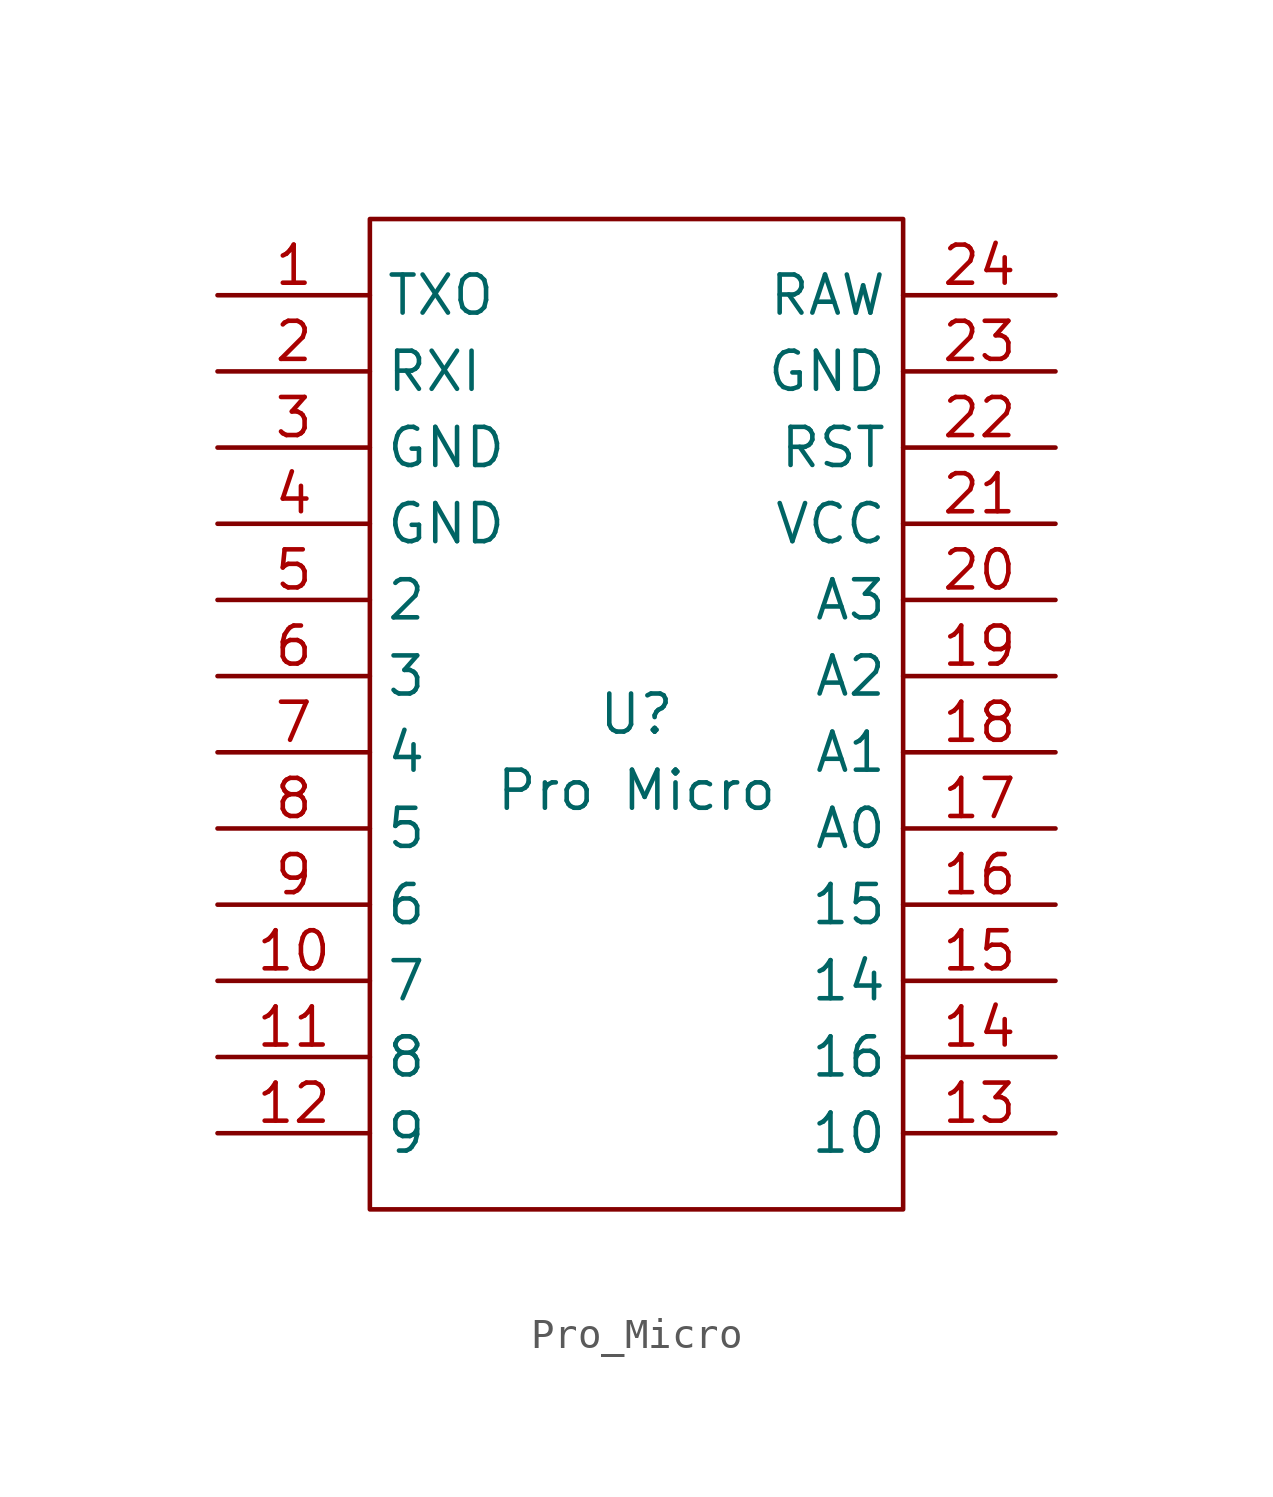
<source format=kicad_sym>
(kicad_symbol_lib
  (version 20220914)
  (generator kicad_symbol_editor)
  (symbol "Pro_Micro"
    (property "Reference" "U"
      (at 0 0 0)
      (effects (font (size 1.27 1.27))))
    (property "Value" "Pro Micro"
      (at 0 -2.54 0)
      (effects (font (size 1.27 1.27))))
    (symbol "Pro_Micro_0_1"
      (rectangle (start -8.89 16.51) (end 8.89 -16.51) (stroke (width 0) (type solid)) (fill (type none))))
    (symbol "Pro_Micro_1_1"
      (pin bidirectional line (at -13.97 13.97 0) (length 5.08) (name "TXO" (effects (font (size 1.27 1.27)))) (number "1" (effects (font (size 1.27 1.27)))))
      (pin bidirectional line (at -13.97 -8.89 0) (length 5.08) (name "7" (effects (font (size 1.27 1.27)))) (number "10" (effects (font (size 1.27 1.27)))))
      (pin bidirectional line (at -13.97 -11.43 0) (length 5.08) (name "8" (effects (font (size 1.27 1.27)))) (number "11" (effects (font (size 1.27 1.27)))))
      (pin bidirectional line (at -13.97 -13.97 0) (length 5.08) (name "9" (effects (font (size 1.27 1.27)))) (number "12" (effects (font (size 1.27 1.27)))))
      (pin bidirectional line (at 13.97 -13.97 180) (length 5.08) (name "10" (effects (font (size 1.27 1.27)))) (number "13" (effects (font (size 1.27 1.27)))))
      (pin bidirectional line (at 13.97 -11.43 180) (length 5.08) (name "16" (effects (font (size 1.27 1.27)))) (number "14" (effects (font (size 1.27 1.27)))))
      (pin bidirectional line (at 13.97 -8.89 180) (length 5.08) (name "14" (effects (font (size 1.27 1.27)))) (number "15" (effects (font (size 1.27 1.27)))))
      (pin bidirectional line (at 13.97 -6.35 180) (length 5.08) (name "15" (effects (font (size 1.27 1.27)))) (number "16" (effects (font (size 1.27 1.27)))))
      (pin bidirectional line (at 13.97 -3.81 180) (length 5.08) (name "A0" (effects (font (size 1.27 1.27)))) (number "17" (effects (font (size 1.27 1.27)))))
      (pin bidirectional line (at 13.97 -1.27 180) (length 5.08) (name "A1" (effects (font (size 1.27 1.27)))) (number "18" (effects (font (size 1.27 1.27)))))
      (pin bidirectional line (at 13.97 1.27 180) (length 5.08) (name "A2" (effects (font (size 1.27 1.27)))) (number "19" (effects (font (size 1.27 1.27)))))
      (pin bidirectional line (at -13.97 11.43 0) (length 5.08) (name "RXI" (effects (font (size 1.27 1.27)))) (number "2" (effects (font (size 1.27 1.27)))))
      (pin bidirectional line (at 13.97 3.81 180) (length 5.08) (name "A3" (effects (font (size 1.27 1.27)))) (number "20" (effects (font (size 1.27 1.27)))))
      (pin power_in line (at 13.97 6.35 180) (length 5.08) (name "VCC" (effects (font (size 1.27 1.27)))) (number "21" (effects (font (size 1.27 1.27)))))
      (pin input line (at 13.97 8.89 180) (length 5.08) (name "RST" (effects (font (size 1.27 1.27)))) (number "22" (effects (font (size 1.27 1.27)))))
      (pin power_in line (at 13.97 11.43 180) (length 5.08) (name "GND" (effects (font (size 1.27 1.27)))) (number "23" (effects (font (size 1.27 1.27)))))
      (pin power_out line (at 13.97 13.97 180) (length 5.08) (name "RAW" (effects (font (size 1.27 1.27)))) (number "24" (effects (font (size 1.27 1.27)))))
      (pin power_in line (at -13.97 8.89 0) (length 5.08) (name "GND" (effects (font (size 1.27 1.27)))) (number "3" (effects (font (size 1.27 1.27)))))
      (pin power_in line (at -13.97 6.35 0) (length 5.08) (name "GND" (effects (font (size 1.27 1.27)))) (number "4" (effects (font (size 1.27 1.27)))))
      (pin bidirectional line (at -13.97 3.81 0) (length 5.08) (name "2" (effects (font (size 1.27 1.27)))) (number "5" (effects (font (size 1.27 1.27)))))
      (pin bidirectional line (at -13.97 1.27 0) (length 5.08) (name "3" (effects (font (size 1.27 1.27)))) (number "6" (effects (font (size 1.27 1.27)))))
      (pin bidirectional line (at -13.97 -1.27 0) (length 5.08) (name "4" (effects (font (size 1.27 1.27)))) (number "7" (effects (font (size 1.27 1.27)))))
      (pin bidirectional line (at -13.97 -3.81 0) (length 5.08) (name "5" (effects (font (size 1.27 1.27)))) (number "8" (effects (font (size 1.27 1.27)))))
      (pin bidirectional line (at -13.97 -6.35 0) (length 5.08) (name "6" (effects (font (size 1.27 1.27)))) (number "9" (effects (font (size 1.27 1.27))))))))
</source>
